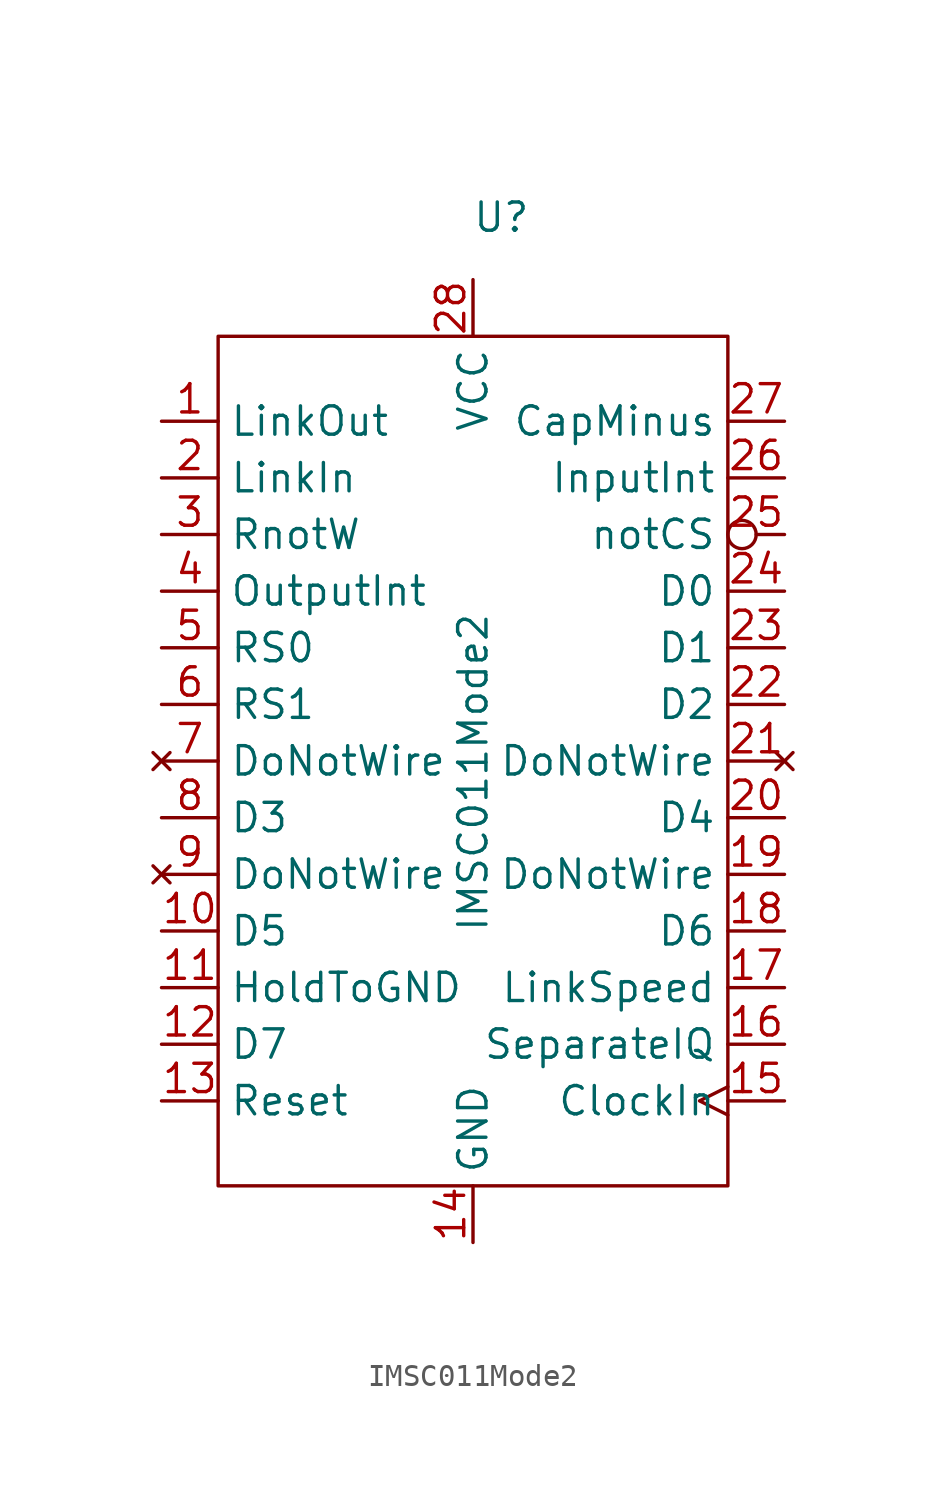
<source format=kicad_sym>
(kicad_symbol_lib
  (version 20241209)
  (generator "kicad_symbol_editor")
  (generator_version "9.0")
  (symbol "IMSC011Mode2"
    (property "Reference" "U"
      (at 1.27 24.384 0)
      (effects (font (size 1.27 1.27))))
    (property "Value" "IMSC011Mode2"
      (at 0 -0.508 90)
      (effects (font (size 1.27 1.27))))
    (symbol "IMSC011Mode2_0_1"
      (rectangle (start -11.43 19.05) (end 11.43 -19.05) (stroke (width 0) (type default)) (fill (type none))))
    (symbol "IMSC011Mode2_1_1"
      (pin output line (at -13.97 15.24 0) (length 2.54) (name "LinkOut" (effects (font (size 1.27 1.27)))) (number "1" (effects (font (size 1.27 1.27)))))
      (pin input line (at -13.97 12.7 0) (length 2.54) (name "LinkIn" (effects (font (size 1.27 1.27)))) (number "2" (effects (font (size 1.27 1.27)))))
      (pin input line (at -13.97 10.16 0) (length 2.54) (name "RnotW" (effects (font (size 1.27 1.27)))) (number "3" (effects (font (size 1.27 1.27)))))
      (pin output line (at -13.97 7.62 0) (length 2.54) (name "OutputInt" (effects (font (size 1.27 1.27)))) (number "4" (effects (font (size 1.27 1.27)))))
      (pin input line (at -13.97 5.08 0) (length 2.54) (name "RS0" (effects (font (size 1.27 1.27)))) (number "5" (effects (font (size 1.27 1.27)))))
      (pin input line (at -13.97 2.54 0) (length 2.54) (name "RS1" (effects (font (size 1.27 1.27)))) (number "6" (effects (font (size 1.27 1.27)))))
      (pin no_connect line (at -13.97 0 0) (length 2.54) (name "DoNotWire" (effects (font (size 1.27 1.27)))) (number "7" (effects (font (size 1.27 1.27)))))
      (pin bidirectional line (at -13.97 -2.54 0) (length 2.54) (name "D3" (effects (font (size 1.27 1.27)))) (number "8" (effects (font (size 1.27 1.27)))))
      (pin no_connect line (at -13.97 -5.08 0) (length 2.54) (name "DoNotWire" (effects (font (size 1.27 1.27)))) (number "9" (effects (font (size 1.27 1.27)))))
      (pin bidirectional line (at -13.97 -7.62 0) (length 2.54) (name "D5" (effects (font (size 1.27 1.27)))) (number "10" (effects (font (size 1.27 1.27)))))
      (pin input line (at -13.97 -10.16 0) (length 2.54) (name "HoldToGND" (effects (font (size 1.27 1.27)))) (number "11" (effects (font (size 1.27 1.27)))))
      (pin bidirectional line (at -13.97 -12.7 0) (length 2.54) (name "D7" (effects (font (size 1.27 1.27)))) (number "12" (effects (font (size 1.27 1.27)))))
      (pin input line (at -13.97 -15.24 0) (length 2.54) (name "Reset" (effects (font (size 1.27 1.27)))) (number "13" (effects (font (size 1.27 1.27)))))
      (pin power_in line (at 0 21.59 270) (length 2.54) (name "VCC" (effects (font (size 1.27 1.27)))) (number "28" (effects (font (size 1.27 1.27)))))
      (pin power_out line (at 0 -21.59 90) (length 2.54) (name "GND" (effects (font (size 1.27 1.27)))) (number "14" (effects (font (size 1.27 1.27)))))
      (pin passive line (at 13.97 15.24 180) (length 2.54) (name "CapMinus" (effects (font (size 1.27 1.27)))) (number "27" (effects (font (size 1.27 1.27)))))
      (pin output line (at 13.97 12.7 180) (length 2.54) (name "InputInt" (effects (font (size 1.27 1.27)))) (number "26" (effects (font (size 1.27 1.27)))))
      (pin input inverted (at 13.97 10.16 180) (length 2.54) (name "notCS" (effects (font (size 1.27 1.27)))) (number "25" (effects (font (size 1.27 1.27)))))
      (pin bidirectional line (at 13.97 7.62 180) (length 2.54) (name "D0" (effects (font (size 1.27 1.27)))) (number "24" (effects (font (size 1.27 1.27)))))
      (pin bidirectional line (at 13.97 5.08 180) (length 2.54) (name "D1" (effects (font (size 1.27 1.27)))) (number "23" (effects (font (size 1.27 1.27)))))
      (pin bidirectional line (at 13.97 2.54 180) (length 2.54) (name "D2" (effects (font (size 1.27 1.27)))) (number "22" (effects (font (size 1.27 1.27)))))
      (pin no_connect line (at 13.97 0 180) (length 2.54) (name "DoNotWire" (effects (font (size 1.27 1.27)))) (number "21" (effects (font (size 1.27 1.27)))))
      (pin bidirectional line (at 13.97 -2.54 180) (length 2.54) (name "D4" (effects (font (size 1.27 1.27)))) (number "20" (effects (font (size 1.27 1.27)))))
      (pin output line (at 13.97 -5.08 180) (length 2.54) (name "DoNotWire" (effects (font (size 1.27 1.27)))) (number "19" (effects (font (size 1.27 1.27)))))
      (pin bidirectional line (at 13.97 -7.62 180) (length 2.54) (name "D6" (effects (font (size 1.27 1.27)))) (number "18" (effects (font (size 1.27 1.27)))))
      (pin input line (at 13.97 -10.16 180) (length 2.54) (name "LinkSpeed" (effects (font (size 1.27 1.27)))) (number "17" (effects (font (size 1.27 1.27)))))
      (pin input line (at 13.97 -12.7 180) (length 2.54) (name "SeparateIQ" (effects (font (size 1.27 1.27)))) (number "16" (effects (font (size 1.27 1.27)))))
      (pin input clock (at 13.97 -15.24 180) (length 2.54) (name "ClockIn" (effects (font (size 1.27 1.27)))) (number "15" (effects (font (size 1.27 1.27))))))))
</source>
